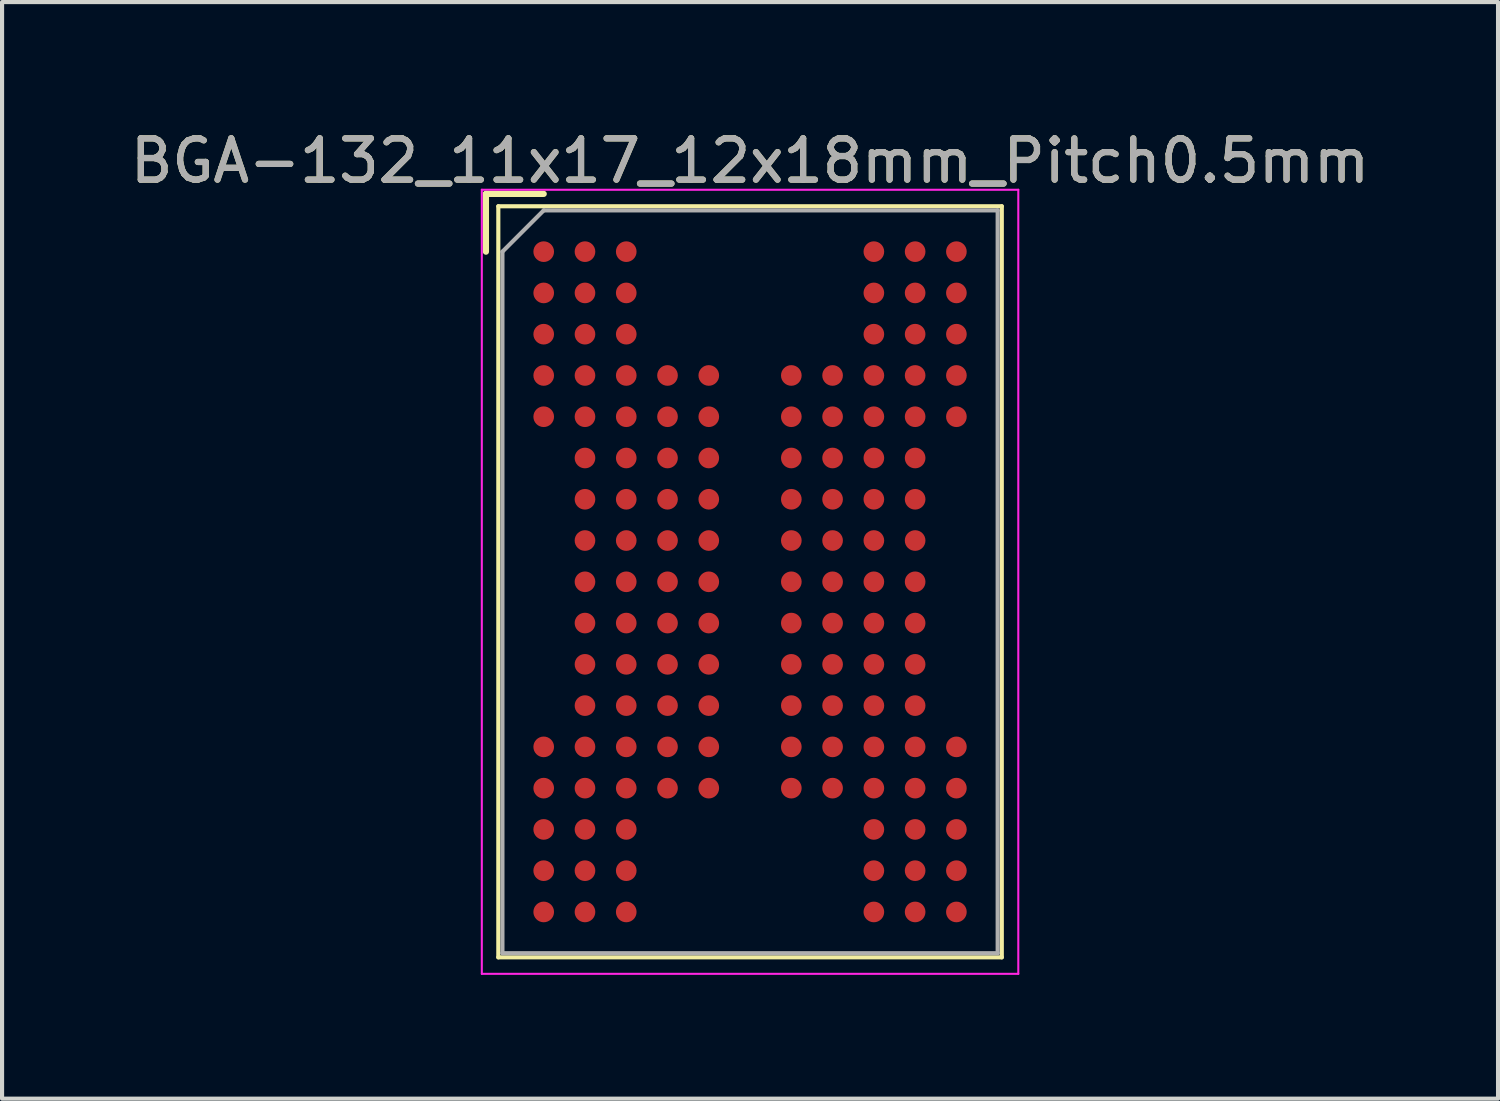
<source format=kicad_pcb>
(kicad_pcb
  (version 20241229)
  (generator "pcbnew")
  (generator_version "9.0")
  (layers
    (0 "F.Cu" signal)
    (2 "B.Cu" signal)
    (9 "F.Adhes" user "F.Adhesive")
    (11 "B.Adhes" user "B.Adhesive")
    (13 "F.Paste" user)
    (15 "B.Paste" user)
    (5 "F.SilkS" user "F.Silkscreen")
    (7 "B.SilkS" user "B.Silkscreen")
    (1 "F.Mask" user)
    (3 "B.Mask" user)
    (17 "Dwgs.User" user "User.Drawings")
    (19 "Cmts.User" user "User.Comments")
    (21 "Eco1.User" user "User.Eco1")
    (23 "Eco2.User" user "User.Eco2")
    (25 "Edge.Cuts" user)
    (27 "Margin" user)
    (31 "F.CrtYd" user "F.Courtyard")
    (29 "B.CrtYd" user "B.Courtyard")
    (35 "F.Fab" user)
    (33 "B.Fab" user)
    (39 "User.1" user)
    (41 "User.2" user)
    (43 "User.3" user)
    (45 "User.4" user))
  (footprint "BGA-132_11x17_12x18mm_Pitch0.5mm"
    (layer "F.Cu")
    (at 15.125 11.048)
    (property "Reference" "BGA-132_11x17_12x18mm_Pitch0.5mm" (at 0 -10.2 0) (layer "F.SilkS") (effects (font (size 1 1) (thickness 0.15))))
    (attr smd)
    (fp_line (start -6.4 -9.4) (end -6.4 -8) (stroke (width 0.15) (type solid)) (layer "F.SilkS"))
    (fp_line (start -6.1 -9.1) (end 6.1 -9.1) (stroke (width 0.1) (type solid)) (layer "F.SilkS"))
    (fp_line (start -6.1 9.1) (end -6.1 -9.1) (stroke (width 0.1) (type solid)) (layer "F.SilkS"))
    (fp_line (start -6.1 9.1) (end 6.1 9.1) (stroke (width 0.1) (type solid)) (layer "F.SilkS"))
    (fp_line (start -5 -9.4) (end -6.4 -9.4) (stroke (width 0.15) (type solid)) (layer "F.SilkS"))
    (fp_line (start 6.1 -9.1) (end 6.1 9.1) (stroke (width 0.1) (type solid)) (layer "F.SilkS"))
    (fp_line (start -6.5 -9.5) (end 6.5 -9.5) (stroke (width 0.05) (type solid)) (layer "F.CrtYd"))
    (fp_line (start -6.5 9.5) (end -6.5 -9.5) (stroke (width 0.05) (type solid)) (layer "F.CrtYd"))
    (fp_line (start 6.5 -9.5) (end 6.5 9.5) (stroke (width 0.05) (type solid)) (layer "F.CrtYd"))
    (fp_line (start 6.5 9.5) (end -6.5 9.5) (stroke (width 0.05) (type solid)) (layer "F.CrtYd"))
    (fp_line (start -6 -8) (end -6 9) (stroke (width 0.1) (type solid)) (layer "F.Fab"))
    (fp_line (start -5 -9) (end -6 -8) (stroke (width 0.1) (type solid)) (layer "F.Fab"))
    (fp_line (start 6 -9) (end -5 -9) (stroke (width 0.1) (type solid)) (layer "F.Fab"))
    (fp_line (start 6 9) (end -6 9) (stroke (width 0.1) (type solid)) (layer "F.Fab"))
    (fp_line (start 6 9) (end 6 -9) (stroke (width 0.1) (type solid)) (layer "F.Fab"))
    (fp_text user "${REFERENCE}" (at 0 -10.2 0) (layer "F.Fab") (effects (font (size 1 1) (thickness 0.15))))
    (pad "A1" smd circle (at -5 -8) (size 0.5 0.5) (layers "F.Cu" "F.Mask" "F.Paste"))
    (pad "A2" smd circle (at -4 -8) (size 0.5 0.5) (layers "F.Cu" "F.Mask" "F.Paste"))
    (pad "A3" smd circle (at -3 -8) (size 0.5 0.5) (layers "F.Cu" "F.Mask" "F.Paste"))
    (pad "A9" smd circle (at 3 -8) (size 0.5 0.5) (layers "F.Cu" "F.Mask" "F.Paste"))
    (pad "A10" smd circle (at 4 -8) (size 0.5 0.5) (layers "F.Cu" "F.Mask" "F.Paste"))
    (pad "A11" smd circle (at 5 -8) (size 0.5 0.5) (layers "F.Cu" "F.Mask" "F.Paste"))
    (pad "B1" smd circle (at -5 -7) (size 0.5 0.5) (layers "F.Cu" "F.Mask" "F.Paste"))
    (pad "B2" smd circle (at -4 -7) (size 0.5 0.5) (layers "F.Cu" "F.Mask" "F.Paste"))
    (pad "B3" smd circle (at -3 -7) (size 0.5 0.5) (layers "F.Cu" "F.Mask" "F.Paste"))
    (pad "B9" smd circle (at 3 -7) (size 0.5 0.5) (layers "F.Cu" "F.Mask" "F.Paste"))
    (pad "B10" smd circle (at 4 -7) (size 0.5 0.5) (layers "F.Cu" "F.Mask" "F.Paste"))
    (pad "B11" smd circle (at 5 -7) (size 0.5 0.5) (layers "F.Cu" "F.Mask" "F.Paste"))
    (pad "C1" smd circle (at -5 -6) (size 0.5 0.5) (layers "F.Cu" "F.Mask" "F.Paste"))
    (pad "C2" smd circle (at -4 -6) (size 0.5 0.5) (layers "F.Cu" "F.Mask" "F.Paste"))
    (pad "C3" smd circle (at -3 -6) (size 0.5 0.5) (layers "F.Cu" "F.Mask" "F.Paste"))
    (pad "C9" smd circle (at 3 -6) (size 0.5 0.5) (layers "F.Cu" "F.Mask" "F.Paste"))
    (pad "C10" smd circle (at 4 -6) (size 0.5 0.5) (layers "F.Cu" "F.Mask" "F.Paste"))
    (pad "C11" smd circle (at 5 -6) (size 0.5 0.5) (layers "F.Cu" "F.Mask" "F.Paste"))
    (pad "D1" smd circle (at -5 -5) (size 0.5 0.5) (layers "F.Cu" "F.Mask" "F.Paste"))
    (pad "D2" smd circle (at -4 -5) (size 0.5 0.5) (layers "F.Cu" "F.Mask" "F.Paste"))
    (pad "D3" smd circle (at -3 -5) (size 0.5 0.5) (layers "F.Cu" "F.Mask" "F.Paste"))
    (pad "D4" smd circle (at -2 -5) (size 0.5 0.5) (layers "F.Cu" "F.Mask" "F.Paste"))
    (pad "D5" smd circle (at -1 -5) (size 0.5 0.5) (layers "F.Cu" "F.Mask" "F.Paste"))
    (pad "D7" smd circle (at 1 -5) (size 0.5 0.5) (layers "F.Cu" "F.Mask" "F.Paste"))
    (pad "D8" smd circle (at 2 -5) (size 0.5 0.5) (layers "F.Cu" "F.Mask" "F.Paste"))
    (pad "D9" smd circle (at 3 -5) (size 0.5 0.5) (layers "F.Cu" "F.Mask" "F.Paste"))
    (pad "D10" smd circle (at 4 -5) (size 0.5 0.5) (layers "F.Cu" "F.Mask" "F.Paste"))
    (pad "D11" smd circle (at 5 -5) (size 0.5 0.5) (layers "F.Cu" "F.Mask" "F.Paste"))
    (pad "E1" smd circle (at -5 -4) (size 0.5 0.5) (layers "F.Cu" "F.Mask" "F.Paste"))
    (pad "E2" smd circle (at -4 -4) (size 0.5 0.5) (layers "F.Cu" "F.Mask" "F.Paste"))
    (pad "E3" smd circle (at -3 -4) (size 0.5 0.5) (layers "F.Cu" "F.Mask" "F.Paste"))
    (pad "E4" smd circle (at -2 -4) (size 0.5 0.5) (layers "F.Cu" "F.Mask" "F.Paste"))
    (pad "E5" smd circle (at -1 -4) (size 0.5 0.5) (layers "F.Cu" "F.Mask" "F.Paste"))
    (pad "E7" smd circle (at 1 -4) (size 0.5 0.5) (layers "F.Cu" "F.Mask" "F.Paste"))
    (pad "E8" smd circle (at 2 -4) (size 0.5 0.5) (layers "F.Cu" "F.Mask" "F.Paste"))
    (pad "E9" smd circle (at 3 -4) (size 0.5 0.5) (layers "F.Cu" "F.Mask" "F.Paste"))
    (pad "E10" smd circle (at 4 -4) (size 0.5 0.5) (layers "F.Cu" "F.Mask" "F.Paste"))
    (pad "E11" smd circle (at 5 -4) (size 0.5 0.5) (layers "F.Cu" "F.Mask" "F.Paste"))
    (pad "F2" smd circle (at -4 -3) (size 0.5 0.5) (layers "F.Cu" "F.Mask" "F.Paste"))
    (pad "F3" smd circle (at -3 -3) (size 0.5 0.5) (layers "F.Cu" "F.Mask" "F.Paste"))
    (pad "F4" smd circle (at -2 -3) (size 0.5 0.5) (layers "F.Cu" "F.Mask" "F.Paste"))
    (pad "F5" smd circle (at -1 -3) (size 0.5 0.5) (layers "F.Cu" "F.Mask" "F.Paste"))
    (pad "F7" smd circle (at 1 -3) (size 0.5 0.5) (layers "F.Cu" "F.Mask" "F.Paste"))
    (pad "F8" smd circle (at 2 -3) (size 0.5 0.5) (layers "F.Cu" "F.Mask" "F.Paste"))
    (pad "F9" smd circle (at 3 -3) (size 0.5 0.5) (layers "F.Cu" "F.Mask" "F.Paste"))
    (pad "F10" smd circle (at 4 -3) (size 0.5 0.5) (layers "F.Cu" "F.Mask" "F.Paste"))
    (pad "G2" smd circle (at -4 -2) (size 0.5 0.5) (layers "F.Cu" "F.Mask" "F.Paste"))
    (pad "G3" smd circle (at -3 -2) (size 0.5 0.5) (layers "F.Cu" "F.Mask" "F.Paste"))
    (pad "G4" smd circle (at -2 -2) (size 0.5 0.5) (layers "F.Cu" "F.Mask" "F.Paste"))
    (pad "G5" smd circle (at -1 -2) (size 0.5 0.5) (layers "F.Cu" "F.Mask" "F.Paste"))
    (pad "G7" smd circle (at 1 -2) (size 0.5 0.5) (layers "F.Cu" "F.Mask" "F.Paste"))
    (pad "G8" smd circle (at 2 -2) (size 0.5 0.5) (layers "F.Cu" "F.Mask" "F.Paste"))
    (pad "G9" smd circle (at 3 -2) (size 0.5 0.5) (layers "F.Cu" "F.Mask" "F.Paste"))
    (pad "G10" smd circle (at 4 -2) (size 0.5 0.5) (layers "F.Cu" "F.Mask" "F.Paste"))
    (pad "H2" smd circle (at -4 -1) (size 0.5 0.5) (layers "F.Cu" "F.Mask" "F.Paste"))
    (pad "H3" smd circle (at -3 -1) (size 0.5 0.5) (layers "F.Cu" "F.Mask" "F.Paste"))
    (pad "H4" smd circle (at -2 -1) (size 0.5 0.5) (layers "F.Cu" "F.Mask" "F.Paste"))
    (pad "H5" smd circle (at -1 -1) (size 0.5 0.5) (layers "F.Cu" "F.Mask" "F.Paste"))
    (pad "H7" smd circle (at 1 -1) (size 0.5 0.5) (layers "F.Cu" "F.Mask" "F.Paste"))
    (pad "H8" smd circle (at 2 -1) (size 0.5 0.5) (layers "F.Cu" "F.Mask" "F.Paste"))
    (pad "H9" smd circle (at 3 -1) (size 0.5 0.5) (layers "F.Cu" "F.Mask" "F.Paste"))
    (pad "H10" smd circle (at 4 -1) (size 0.5 0.5) (layers "F.Cu" "F.Mask" "F.Paste"))
    (pad "J2" smd circle (at -4 0) (size 0.5 0.5) (layers "F.Cu" "F.Mask" "F.Paste"))
    (pad "J3" smd circle (at -3 0) (size 0.5 0.5) (layers "F.Cu" "F.Mask" "F.Paste"))
    (pad "J4" smd circle (at -2 0) (size 0.5 0.5) (layers "F.Cu" "F.Mask" "F.Paste"))
    (pad "J5" smd circle (at -1 0) (size 0.5 0.5) (layers "F.Cu" "F.Mask" "F.Paste"))
    (pad "J7" smd circle (at 1 0) (size 0.5 0.5) (layers "F.Cu" "F.Mask" "F.Paste"))
    (pad "J8" smd circle (at 2 0) (size 0.5 0.5) (layers "F.Cu" "F.Mask" "F.Paste"))
    (pad "J9" smd circle (at 3 0) (size 0.5 0.5) (layers "F.Cu" "F.Mask" "F.Paste"))
    (pad "J10" smd circle (at 4 0) (size 0.5 0.5) (layers "F.Cu" "F.Mask" "F.Paste"))
    (pad "K2" smd circle (at -4 1) (size 0.5 0.5) (layers "F.Cu" "F.Mask" "F.Paste"))
    (pad "K3" smd circle (at -3 1) (size 0.5 0.5) (layers "F.Cu" "F.Mask" "F.Paste"))
    (pad "K4" smd circle (at -2 1) (size 0.5 0.5) (layers "F.Cu" "F.Mask" "F.Paste"))
    (pad "K5" smd circle (at -1 1) (size 0.5 0.5) (layers "F.Cu" "F.Mask" "F.Paste"))
    (pad "K7" smd circle (at 1 1) (size 0.5 0.5) (layers "F.Cu" "F.Mask" "F.Paste"))
    (pad "K8" smd circle (at 2 1) (size 0.5 0.5) (layers "F.Cu" "F.Mask" "F.Paste"))
    (pad "K9" smd circle (at 3 1) (size 0.5 0.5) (layers "F.Cu" "F.Mask" "F.Paste"))
    (pad "K10" smd circle (at 4 1) (size 0.5 0.5) (layers "F.Cu" "F.Mask" "F.Paste"))
    (pad "L2" smd circle (at -4 2) (size 0.5 0.5) (layers "F.Cu" "F.Mask" "F.Paste"))
    (pad "L3" smd circle (at -3 2) (size 0.5 0.5) (layers "F.Cu" "F.Mask" "F.Paste"))
    (pad "L4" smd circle (at -2 2) (size 0.5 0.5) (layers "F.Cu" "F.Mask" "F.Paste"))
    (pad "L5" smd circle (at -1 2) (size 0.5 0.5) (layers "F.Cu" "F.Mask" "F.Paste"))
    (pad "L7" smd circle (at 1 2) (size 0.5 0.5) (layers "F.Cu" "F.Mask" "F.Paste"))
    (pad "L8" smd circle (at 2 2) (size 0.5 0.5) (layers "F.Cu" "F.Mask" "F.Paste"))
    (pad "L9" smd circle (at 3 2) (size 0.5 0.5) (layers "F.Cu" "F.Mask" "F.Paste"))
    (pad "L10" smd circle (at 4 2) (size 0.5 0.5) (layers "F.Cu" "F.Mask" "F.Paste"))
    (pad "M2" smd circle (at -4 3) (size 0.5 0.5) (layers "F.Cu" "F.Mask" "F.Paste"))
    (pad "M3" smd circle (at -3 3) (size 0.5 0.5) (layers "F.Cu" "F.Mask" "F.Paste"))
    (pad "M4" smd circle (at -2 3) (size 0.5 0.5) (layers "F.Cu" "F.Mask" "F.Paste"))
    (pad "M5" smd circle (at -1 3) (size 0.5 0.5) (layers "F.Cu" "F.Mask" "F.Paste"))
    (pad "M7" smd circle (at 1 3) (size 0.5 0.5) (layers "F.Cu" "F.Mask" "F.Paste"))
    (pad "M8" smd circle (at 2 3) (size 0.5 0.5) (layers "F.Cu" "F.Mask" "F.Paste"))
    (pad "M9" smd circle (at 3 3) (size 0.5 0.5) (layers "F.Cu" "F.Mask" "F.Paste"))
    (pad "M10" smd circle (at 4 3) (size 0.5 0.5) (layers "F.Cu" "F.Mask" "F.Paste"))
    (pad "N1" smd circle (at -5 4) (size 0.5 0.5) (layers "F.Cu" "F.Mask" "F.Paste"))
    (pad "N2" smd circle (at -4 4) (size 0.5 0.5) (layers "F.Cu" "F.Mask" "F.Paste"))
    (pad "N3" smd circle (at -3 4) (size 0.5 0.5) (layers "F.Cu" "F.Mask" "F.Paste"))
    (pad "N4" smd circle (at -2 4) (size 0.5 0.5) (layers "F.Cu" "F.Mask" "F.Paste"))
    (pad "N5" smd circle (at -1 4) (size 0.5 0.5) (layers "F.Cu" "F.Mask" "F.Paste"))
    (pad "N7" smd circle (at 1 4) (size 0.5 0.5) (layers "F.Cu" "F.Mask" "F.Paste"))
    (pad "N8" smd circle (at 2 4) (size 0.5 0.5) (layers "F.Cu" "F.Mask" "F.Paste"))
    (pad "N9" smd circle (at 3 4) (size 0.5 0.5) (layers "F.Cu" "F.Mask" "F.Paste"))
    (pad "N10" smd circle (at 4 4) (size 0.5 0.5) (layers "F.Cu" "F.Mask" "F.Paste"))
    (pad "N11" smd circle (at 5 4) (size 0.5 0.5) (layers "F.Cu" "F.Mask" "F.Paste"))
    (pad "P1" smd circle (at -5 5) (size 0.5 0.5) (layers "F.Cu" "F.Mask" "F.Paste"))
    (pad "P2" smd circle (at -4 5) (size 0.5 0.5) (layers "F.Cu" "F.Mask" "F.Paste"))
    (pad "P3" smd circle (at -3 5) (size 0.5 0.5) (layers "F.Cu" "F.Mask" "F.Paste"))
    (pad "P4" smd circle (at -2 5) (size 0.5 0.5) (layers "F.Cu" "F.Mask" "F.Paste"))
    (pad "P5" smd circle (at -1 5) (size 0.5 0.5) (layers "F.Cu" "F.Mask" "F.Paste"))
    (pad "P7" smd circle (at 1 5) (size 0.5 0.5) (layers "F.Cu" "F.Mask" "F.Paste"))
    (pad "P8" smd circle (at 2 5) (size 0.5 0.5) (layers "F.Cu" "F.Mask" "F.Paste"))
    (pad "P9" smd circle (at 3 5) (size 0.5 0.5) (layers "F.Cu" "F.Mask" "F.Paste"))
    (pad "P10" smd circle (at 4 5) (size 0.5 0.5) (layers "F.Cu" "F.Mask" "F.Paste"))
    (pad "P11" smd circle (at 5 5) (size 0.5 0.5) (layers "F.Cu" "F.Mask" "F.Paste"))
    (pad "R1" smd circle (at -5 6) (size 0.5 0.5) (layers "F.Cu" "F.Mask" "F.Paste"))
    (pad "R2" smd circle (at -4 6) (size 0.5 0.5) (layers "F.Cu" "F.Mask" "F.Paste"))
    (pad "R3" smd circle (at -3 6) (size 0.5 0.5) (layers "F.Cu" "F.Mask" "F.Paste"))
    (pad "R9" smd circle (at 3 6) (size 0.5 0.5) (layers "F.Cu" "F.Mask" "F.Paste"))
    (pad "R10" smd circle (at 4 6) (size 0.5 0.5) (layers "F.Cu" "F.Mask" "F.Paste"))
    (pad "R11" smd circle (at 5 6) (size 0.5 0.5) (layers "F.Cu" "F.Mask" "F.Paste"))
    (pad "T1" smd circle (at -5 7) (size 0.5 0.5) (layers "F.Cu" "F.Mask" "F.Paste"))
    (pad "T2" smd circle (at -4 7) (size 0.5 0.5) (layers "F.Cu" "F.Mask" "F.Paste"))
    (pad "T3" smd circle (at -3 7) (size 0.5 0.5) (layers "F.Cu" "F.Mask" "F.Paste"))
    (pad "T9" smd circle (at 3 7) (size 0.5 0.5) (layers "F.Cu" "F.Mask" "F.Paste"))
    (pad "T10" smd circle (at 4 7) (size 0.5 0.5) (layers "F.Cu" "F.Mask" "F.Paste"))
    (pad "T11" smd circle (at 5 7) (size 0.5 0.5) (layers "F.Cu" "F.Mask" "F.Paste"))
    (pad "U1" smd circle (at -5 8) (size 0.5 0.5) (layers "F.Cu" "F.Mask" "F.Paste"))
    (pad "U2" smd circle (at -4 8) (size 0.5 0.5) (layers "F.Cu" "F.Mask" "F.Paste"))
    (pad "U3" smd circle (at -3 8) (size 0.5 0.5) (layers "F.Cu" "F.Mask" "F.Paste"))
    (pad "U9" smd circle (at 3 8) (size 0.5 0.5) (layers "F.Cu" "F.Mask" "F.Paste"))
    (pad "U10" smd circle (at 4 8) (size 0.5 0.5) (layers "F.Cu" "F.Mask" "F.Paste"))
    (pad "U11" smd circle (at 5 8) (size 0.5 0.5) (layers "F.Cu" "F.Mask" "F.Paste")))
  (gr_rect
    (start -3 -3)
    (end 33.25 23.573)
    (stroke (width 0.1) (type default))
    (fill no)
    (layer "Edge.Cuts")))
</source>
